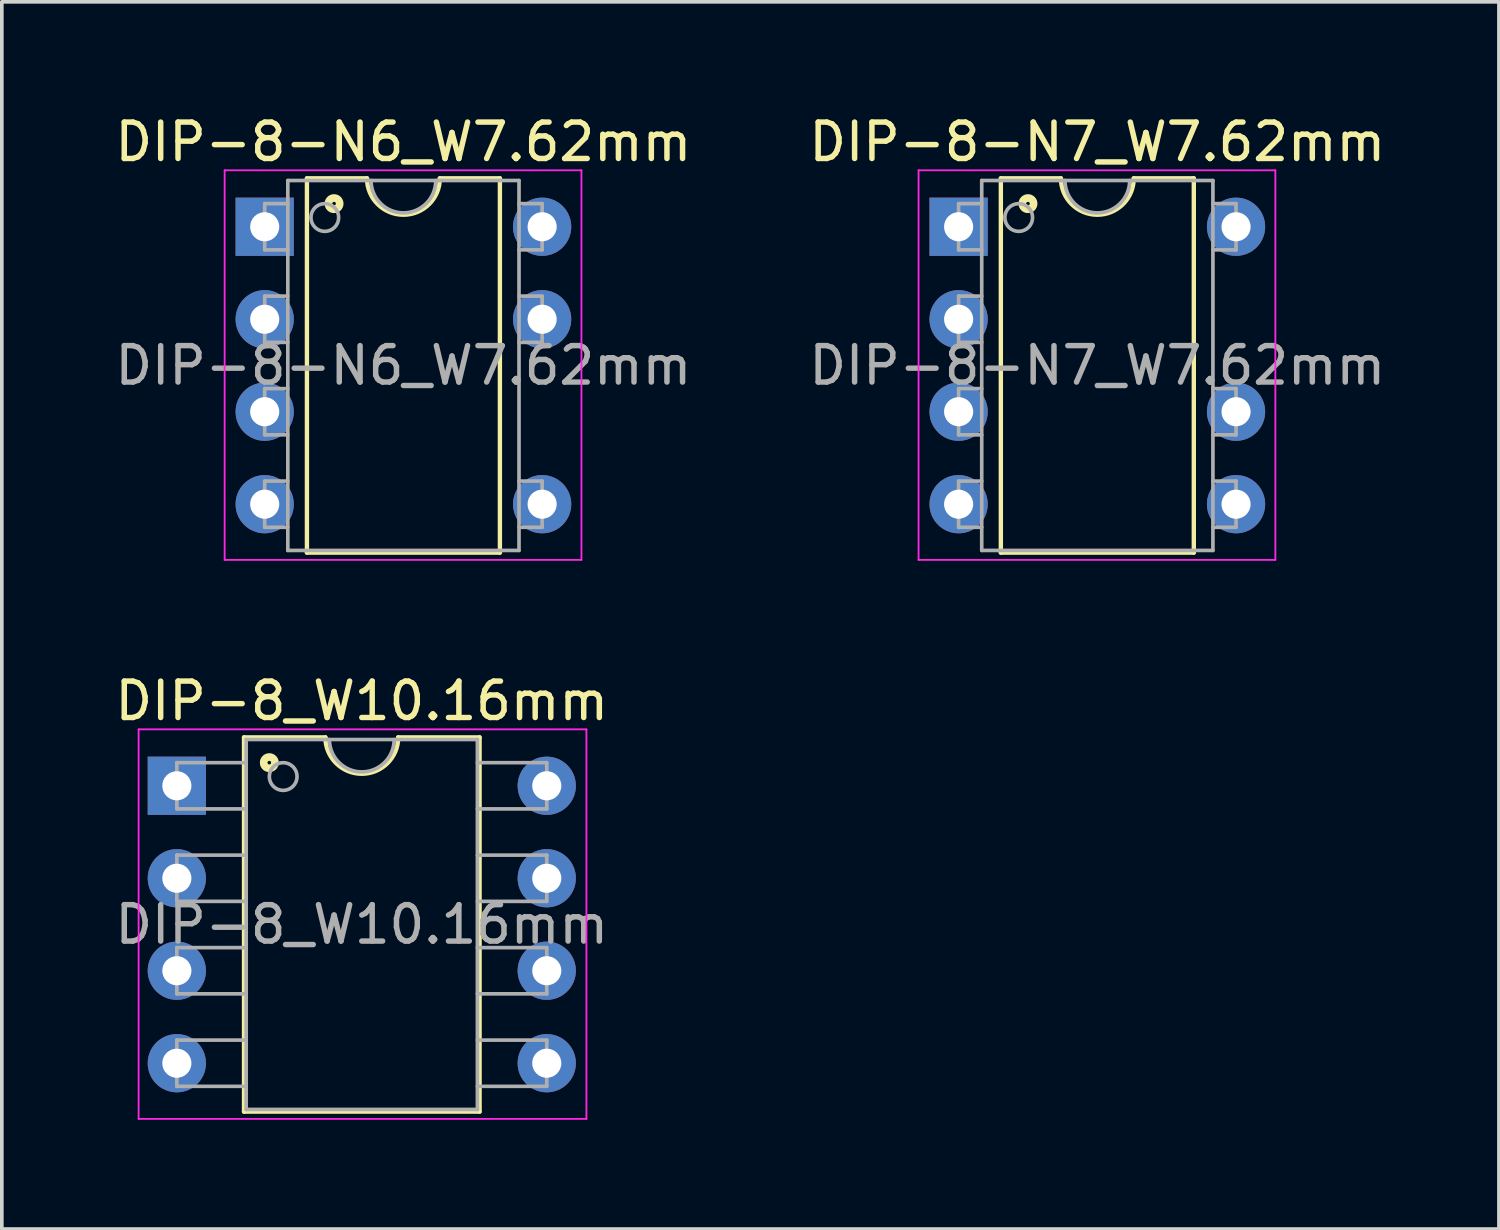
<source format=kicad_pcb>
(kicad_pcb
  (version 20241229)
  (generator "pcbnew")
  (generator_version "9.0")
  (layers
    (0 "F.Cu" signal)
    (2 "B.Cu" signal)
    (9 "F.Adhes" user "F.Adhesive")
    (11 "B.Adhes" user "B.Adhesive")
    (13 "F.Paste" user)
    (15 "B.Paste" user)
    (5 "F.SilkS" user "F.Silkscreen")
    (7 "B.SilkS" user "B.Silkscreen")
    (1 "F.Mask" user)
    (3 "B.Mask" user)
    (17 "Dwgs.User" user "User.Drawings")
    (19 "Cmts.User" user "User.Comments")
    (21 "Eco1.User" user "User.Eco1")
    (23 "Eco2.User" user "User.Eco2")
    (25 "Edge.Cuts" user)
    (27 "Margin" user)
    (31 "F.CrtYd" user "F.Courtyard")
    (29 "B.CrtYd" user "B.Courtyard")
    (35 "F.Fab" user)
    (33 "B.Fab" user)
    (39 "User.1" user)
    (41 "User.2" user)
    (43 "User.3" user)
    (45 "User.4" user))
  (footprint "DIP-8-N6_W7.62mm"
    (layer "F.Cu")
    (at 4.22 3.178)
    (property "Reference" "DIP-8-N6_W7.62mm" (at 3.81 -2.33 0) (layer "F.SilkS") (effects (font (size 1 1) (thickness 0.15))))
    (attr through_hole)
    (fp_line (start 1.16 -1.33) (end 1.16 8.95) (stroke (width 0.12) (type solid)) (layer "F.SilkS"))
    (fp_line (start 1.16 8.95) (end 6.46 8.95) (stroke (width 0.12) (type solid)) (layer "F.SilkS"))
    (fp_line (start 2.81 -1.33) (end 1.16 -1.33) (stroke (width 0.12) (type solid)) (layer "F.SilkS"))
    (fp_line (start 6.46 -1.33) (end 4.81 -1.33) (stroke (width 0.12) (type solid)) (layer "F.SilkS"))
    (fp_line (start 6.46 8.95) (end 6.46 -1.33) (stroke (width 0.12) (type solid)) (layer "F.SilkS"))
    (fp_arc (start 4.81 -1.33) (mid 3.81 -0.33) (end 2.81 -1.33) (stroke (width 0.12) (type solid)) (layer "F.SilkS"))
    (fp_circle (center 1.905 -0.635) (end 1.955 -0.635) (stroke (width 0.12) (type solid)) (fill no) (layer "F.SilkS"))
    (fp_circle (center 1.905 -0.635) (end 2.03 -0.635) (stroke (width 0.12) (type solid)) (fill no) (layer "F.SilkS"))
    (fp_circle (center 1.905 -0.635) (end 2.105 -0.635) (stroke (width 0.12) (type solid)) (fill no) (layer "F.SilkS"))
    (fp_line (start -1.1 -1.55) (end -1.1 9.15) (stroke (width 0.05) (type solid)) (layer "F.CrtYd"))
    (fp_line (start -1.1 9.15) (end 8.7 9.15) (stroke (width 0.05) (type solid)) (layer "F.CrtYd"))
    (fp_line (start 8.7 -1.55) (end -1.1 -1.55) (stroke (width 0.05) (type solid)) (layer "F.CrtYd"))
    (fp_line (start 8.7 9.15) (end 8.7 -1.55) (stroke (width 0.05) (type solid)) (layer "F.CrtYd"))
    (fp_line (start 0 -0.635) (end 0 0.635) (stroke (width 0.1) (type solid)) (layer "F.Fab"))
    (fp_line (start 0 -0.635) (end 0.635 -0.635) (stroke (width 0.1) (type solid)) (layer "F.Fab"))
    (fp_line (start 0 0.635) (end 0.635 0.635) (stroke (width 0.1) (type solid)) (layer "F.Fab"))
    (fp_line (start 0 1.905) (end 0 3.175) (stroke (width 0.1) (type solid)) (layer "F.Fab"))
    (fp_line (start 0 1.905) (end 0.635 1.905) (stroke (width 0.1) (type solid)) (layer "F.Fab"))
    (fp_line (start 0 3.175) (end 0.635 3.175) (stroke (width 0.1) (type solid)) (layer "F.Fab"))
    (fp_line (start 0 4.445) (end 0 5.715) (stroke (width 0.1) (type solid)) (layer "F.Fab"))
    (fp_line (start 0 4.445) (end 0.635 4.445) (stroke (width 0.1) (type solid)) (layer "F.Fab"))
    (fp_line (start 0 5.715) (end 0.635 5.715) (stroke (width 0.1) (type solid)) (layer "F.Fab"))
    (fp_line (start 0 6.985) (end 0 8.255) (stroke (width 0.1) (type solid)) (layer "F.Fab"))
    (fp_line (start 0 6.985) (end 0.635 6.985) (stroke (width 0.1) (type solid)) (layer "F.Fab"))
    (fp_line (start 0 8.255) (end 0.635 8.255) (stroke (width 0.1) (type solid)) (layer "F.Fab"))
    (fp_line (start 0.635 -1.27) (end 6.985 -1.27) (stroke (width 0.1) (type solid)) (layer "F.Fab"))
    (fp_line (start 0.635 8.89) (end 0.635 -1.27) (stroke (width 0.1) (type solid)) (layer "F.Fab"))
    (fp_line (start 6.985 -1.27) (end 6.985 8.89) (stroke (width 0.1) (type solid)) (layer "F.Fab"))
    (fp_line (start 6.985 8.89) (end 0.635 8.89) (stroke (width 0.1) (type solid)) (layer "F.Fab"))
    (fp_line (start 7.62 -0.635) (end 6.985 -0.635) (stroke (width 0.1) (type solid)) (layer "F.Fab"))
    (fp_line (start 7.62 0.635) (end 6.985 0.635) (stroke (width 0.1) (type solid)) (layer "F.Fab"))
    (fp_line (start 7.62 0.635) (end 7.62 -0.635) (stroke (width 0.1) (type solid)) (layer "F.Fab"))
    (fp_line (start 7.62 1.905) (end 6.985 1.905) (stroke (width 0.1) (type solid)) (layer "F.Fab"))
    (fp_line (start 7.62 3.175) (end 6.985 3.175) (stroke (width 0.1) (type solid)) (layer "F.Fab"))
    (fp_line (start 7.62 3.175) (end 7.62 1.905) (stroke (width 0.1) (type solid)) (layer "F.Fab"))
    (fp_line (start 7.62 6.985) (end 6.985 6.985) (stroke (width 0.1) (type solid)) (layer "F.Fab"))
    (fp_line (start 7.62 8.255) (end 6.985 8.255) (stroke (width 0.1) (type solid)) (layer "F.Fab"))
    (fp_line (start 7.62 8.255) (end 7.62 6.985) (stroke (width 0.1) (type solid)) (layer "F.Fab"))
    (fp_arc (start 4.699 -1.27) (mid 3.81 -0.381) (end 2.921 -1.27) (stroke (width 0.1) (type solid)) (layer "F.Fab"))
    (fp_circle (center 1.651 -0.254) (end 2.032 -0.254) (stroke (width 0.1) (type solid)) (fill no) (layer "F.Fab"))
    (fp_text user "${REFERENCE}" (at 3.81 3.81 0) (layer "F.Fab") (effects (font (size 1 1) (thickness 0.15))))
    (pad "1" thru_hole rect (at 0 0) (size 1.6 1.6) (drill 0.8) (layers "*.Cu" "*.Mask"))
    (pad "2" thru_hole oval (at 0 2.54) (size 1.6 1.6) (drill 0.8) (layers "*.Cu" "*.Mask"))
    (pad "3" thru_hole oval (at 0 5.08) (size 1.6 1.6) (drill 0.8) (layers "*.Cu" "*.Mask"))
    (pad "4" thru_hole oval (at 0 7.62) (size 1.6 1.6) (drill 0.8) (layers "*.Cu" "*.Mask"))
    (pad "5" thru_hole oval (at 7.62 7.62) (size 1.6 1.6) (drill 0.8) (layers "*.Cu" "*.Mask"))
    (pad "7" thru_hole oval (at 7.62 2.54) (size 1.6 1.6) (drill 0.8) (layers "*.Cu" "*.Mask"))
    (pad "8" thru_hole oval (at 7.62 0) (size 1.6 1.6) (drill 0.8) (layers "*.Cu" "*.Mask")))
  (footprint "DIP-8-N7_W7.62mm"
    (layer "F.Cu")
    (at 23.279 3.178)
    (property "Reference" "DIP-8-N7_W7.62mm" (at 3.81 -2.33 0) (layer "F.SilkS") (effects (font (size 1 1) (thickness 0.15))))
    (attr through_hole)
    (fp_line (start 1.16 -1.33) (end 1.16 8.95) (stroke (width 0.12) (type solid)) (layer "F.SilkS"))
    (fp_line (start 1.16 8.95) (end 6.46 8.95) (stroke (width 0.12) (type solid)) (layer "F.SilkS"))
    (fp_line (start 2.81 -1.33) (end 1.16 -1.33) (stroke (width 0.12) (type solid)) (layer "F.SilkS"))
    (fp_line (start 6.46 -1.33) (end 4.81 -1.33) (stroke (width 0.12) (type solid)) (layer "F.SilkS"))
    (fp_line (start 6.46 8.95) (end 6.46 -1.33) (stroke (width 0.12) (type solid)) (layer "F.SilkS"))
    (fp_arc (start 4.81 -1.33) (mid 3.81 -0.33) (end 2.81 -1.33) (stroke (width 0.12) (type solid)) (layer "F.SilkS"))
    (fp_circle (center 1.905 -0.635) (end 1.955 -0.635) (stroke (width 0.12) (type solid)) (fill no) (layer "F.SilkS"))
    (fp_circle (center 1.905 -0.635) (end 2.03 -0.635) (stroke (width 0.12) (type solid)) (fill no) (layer "F.SilkS"))
    (fp_circle (center 1.905 -0.635) (end 2.105 -0.635) (stroke (width 0.12) (type solid)) (fill no) (layer "F.SilkS"))
    (fp_line (start -1.1 -1.55) (end -1.1 9.15) (stroke (width 0.05) (type solid)) (layer "F.CrtYd"))
    (fp_line (start -1.1 9.15) (end 8.7 9.15) (stroke (width 0.05) (type solid)) (layer "F.CrtYd"))
    (fp_line (start 8.7 -1.55) (end -1.1 -1.55) (stroke (width 0.05) (type solid)) (layer "F.CrtYd"))
    (fp_line (start 8.7 9.15) (end 8.7 -1.55) (stroke (width 0.05) (type solid)) (layer "F.CrtYd"))
    (fp_line (start 0 -0.635) (end 0 0.635) (stroke (width 0.1) (type solid)) (layer "F.Fab"))
    (fp_line (start 0 -0.635) (end 0.635 -0.635) (stroke (width 0.1) (type solid)) (layer "F.Fab"))
    (fp_line (start 0 0.635) (end 0.635 0.635) (stroke (width 0.1) (type solid)) (layer "F.Fab"))
    (fp_line (start 0 1.905) (end 0 3.175) (stroke (width 0.1) (type solid)) (layer "F.Fab"))
    (fp_line (start 0 1.905) (end 0.635 1.905) (stroke (width 0.1) (type solid)) (layer "F.Fab"))
    (fp_line (start 0 3.175) (end 0.635 3.175) (stroke (width 0.1) (type solid)) (layer "F.Fab"))
    (fp_line (start 0 4.445) (end 0 5.715) (stroke (width 0.1) (type solid)) (layer "F.Fab"))
    (fp_line (start 0 4.445) (end 0.635 4.445) (stroke (width 0.1) (type solid)) (layer "F.Fab"))
    (fp_line (start 0 5.715) (end 0.635 5.715) (stroke (width 0.1) (type solid)) (layer "F.Fab"))
    (fp_line (start 0 6.985) (end 0 8.255) (stroke (width 0.1) (type solid)) (layer "F.Fab"))
    (fp_line (start 0 6.985) (end 0.635 6.985) (stroke (width 0.1) (type solid)) (layer "F.Fab"))
    (fp_line (start 0 8.255) (end 0.635 8.255) (stroke (width 0.1) (type solid)) (layer "F.Fab"))
    (fp_line (start 0.635 -1.27) (end 6.985 -1.27) (stroke (width 0.1) (type solid)) (layer "F.Fab"))
    (fp_line (start 0.635 8.89) (end 0.635 -1.27) (stroke (width 0.1) (type solid)) (layer "F.Fab"))
    (fp_line (start 6.985 -1.27) (end 6.985 8.89) (stroke (width 0.1) (type solid)) (layer "F.Fab"))
    (fp_line (start 6.985 8.89) (end 0.635 8.89) (stroke (width 0.1) (type solid)) (layer "F.Fab"))
    (fp_line (start 7.62 -0.635) (end 6.985 -0.635) (stroke (width 0.1) (type solid)) (layer "F.Fab"))
    (fp_line (start 7.62 0.635) (end 6.985 0.635) (stroke (width 0.1) (type solid)) (layer "F.Fab"))
    (fp_line (start 7.62 0.635) (end 7.62 -0.635) (stroke (width 0.1) (type solid)) (layer "F.Fab"))
    (fp_line (start 7.62 4.445) (end 6.985 4.445) (stroke (width 0.1) (type solid)) (layer "F.Fab"))
    (fp_line (start 7.62 5.715) (end 6.985 5.715) (stroke (width 0.1) (type solid)) (layer "F.Fab"))
    (fp_line (start 7.62 5.715) (end 7.62 4.445) (stroke (width 0.1) (type solid)) (layer "F.Fab"))
    (fp_line (start 7.62 6.985) (end 6.985 6.985) (stroke (width 0.1) (type solid)) (layer "F.Fab"))
    (fp_line (start 7.62 8.255) (end 6.985 8.255) (stroke (width 0.1) (type solid)) (layer "F.Fab"))
    (fp_line (start 7.62 8.255) (end 7.62 6.985) (stroke (width 0.1) (type solid)) (layer "F.Fab"))
    (fp_arc (start 4.699 -1.27) (mid 3.81 -0.381) (end 2.921 -1.27) (stroke (width 0.1) (type solid)) (layer "F.Fab"))
    (fp_circle (center 1.651 -0.254) (end 2.032 -0.254) (stroke (width 0.1) (type solid)) (fill no) (layer "F.Fab"))
    (fp_text user "${REFERENCE}" (at 3.81 3.81 0) (layer "F.Fab") (effects (font (size 1 1) (thickness 0.15))))
    (pad "1" thru_hole rect (at 0 0) (size 1.6 1.6) (drill 0.8) (layers "*.Cu" "*.Mask"))
    (pad "2" thru_hole oval (at 0 2.54) (size 1.6 1.6) (drill 0.8) (layers "*.Cu" "*.Mask"))
    (pad "3" thru_hole oval (at 0 5.08) (size 1.6 1.6) (drill 0.8) (layers "*.Cu" "*.Mask"))
    (pad "4" thru_hole oval (at 0 7.62) (size 1.6 1.6) (drill 0.8) (layers "*.Cu" "*.Mask"))
    (pad "5" thru_hole oval (at 7.62 7.62) (size 1.6 1.6) (drill 0.8) (layers "*.Cu" "*.Mask"))
    (pad "6" thru_hole oval (at 7.62 5.08) (size 1.6 1.6) (drill 0.8) (layers "*.Cu" "*.Mask"))
    (pad "8" thru_hole oval (at 7.62 0) (size 1.6 1.6) (drill 0.8) (layers "*.Cu" "*.Mask")))
  (footprint "DIP-8_W10.16mm"
    (layer "F.Cu")
    (at 1.807 18.532)
    (property "Reference" "DIP-8_W10.16mm" (at 5.08 -2.33 0) (layer "F.SilkS") (effects (font (size 1 1) (thickness 0.15))))
    (attr through_hole)
    (fp_line (start 1.845 -1.33) (end 1.845 8.95) (stroke (width 0.12) (type solid)) (layer "F.SilkS"))
    (fp_line (start 1.845 8.95) (end 8.315 8.95) (stroke (width 0.12) (type solid)) (layer "F.SilkS"))
    (fp_line (start 4.08 -1.33) (end 1.845 -1.33) (stroke (width 0.12) (type solid)) (layer "F.SilkS"))
    (fp_line (start 8.315 -1.33) (end 6.08 -1.33) (stroke (width 0.12) (type solid)) (layer "F.SilkS"))
    (fp_line (start 8.315 8.95) (end 8.315 -1.33) (stroke (width 0.12) (type solid)) (layer "F.SilkS"))
    (fp_arc (start 6.08 -1.33) (mid 5.08 -0.33) (end 4.08 -1.33) (stroke (width 0.12) (type solid)) (layer "F.SilkS"))
    (fp_circle (center 2.54 -0.635) (end 2.59 -0.635) (stroke (width 0.12) (type solid)) (fill no) (layer "F.SilkS"))
    (fp_circle (center 2.54 -0.635) (end 2.665 -0.635) (stroke (width 0.12) (type solid)) (fill no) (layer "F.SilkS"))
    (fp_circle (center 2.54 -0.635) (end 2.74 -0.635) (stroke (width 0.12) (type solid)) (fill no) (layer "F.SilkS"))
    (fp_line (start -1.05 -1.55) (end -1.05 9.15) (stroke (width 0.05) (type solid)) (layer "F.CrtYd"))
    (fp_line (start -1.05 9.15) (end 11.25 9.15) (stroke (width 0.05) (type solid)) (layer "F.CrtYd"))
    (fp_line (start 11.25 -1.55) (end -1.05 -1.55) (stroke (width 0.05) (type solid)) (layer "F.CrtYd"))
    (fp_line (start 11.25 9.15) (end 11.25 -1.55) (stroke (width 0.05) (type solid)) (layer "F.CrtYd"))
    (fp_line (start 0 -0.635) (end 0 0.635) (stroke (width 0.1) (type solid)) (layer "F.Fab"))
    (fp_line (start 0 -0.635) (end 1.905 -0.635) (stroke (width 0.1) (type solid)) (layer "F.Fab"))
    (fp_line (start 0 0.635) (end 1.905 0.635) (stroke (width 0.1) (type solid)) (layer "F.Fab"))
    (fp_line (start 0 1.905) (end 0 3.175) (stroke (width 0.1) (type solid)) (layer "F.Fab"))
    (fp_line (start 0 1.905) (end 1.905 1.905) (stroke (width 0.1) (type solid)) (layer "F.Fab"))
    (fp_line (start 0 3.175) (end 1.905 3.175) (stroke (width 0.1) (type solid)) (layer "F.Fab"))
    (fp_line (start 0 4.445) (end 0 5.715) (stroke (width 0.1) (type solid)) (layer "F.Fab"))
    (fp_line (start 0 4.445) (end 1.905 4.445) (stroke (width 0.1) (type solid)) (layer "F.Fab"))
    (fp_line (start 0 5.715) (end 1.905 5.715) (stroke (width 0.1) (type solid)) (layer "F.Fab"))
    (fp_line (start 0 6.985) (end 0 8.255) (stroke (width 0.1) (type solid)) (layer "F.Fab"))
    (fp_line (start 0 6.985) (end 1.905 6.985) (stroke (width 0.1) (type solid)) (layer "F.Fab"))
    (fp_line (start 0 8.255) (end 1.905 8.255) (stroke (width 0.1) (type solid)) (layer "F.Fab"))
    (fp_line (start 1.905 -1.27) (end 8.255 -1.27) (stroke (width 0.1) (type solid)) (layer "F.Fab"))
    (fp_line (start 1.905 8.89) (end 1.905 -1.27) (stroke (width 0.1) (type solid)) (layer "F.Fab"))
    (fp_line (start 8.255 -1.27) (end 8.255 8.89) (stroke (width 0.1) (type solid)) (layer "F.Fab"))
    (fp_line (start 8.255 8.89) (end 1.905 8.89) (stroke (width 0.1) (type solid)) (layer "F.Fab"))
    (fp_line (start 10.16 -0.635) (end 8.255 -0.635) (stroke (width 0.1) (type solid)) (layer "F.Fab"))
    (fp_line (start 10.16 0.635) (end 8.255 0.635) (stroke (width 0.1) (type solid)) (layer "F.Fab"))
    (fp_line (start 10.16 0.635) (end 10.16 -0.635) (stroke (width 0.1) (type solid)) (layer "F.Fab"))
    (fp_line (start 10.16 1.905) (end 8.255 1.905) (stroke (width 0.1) (type solid)) (layer "F.Fab"))
    (fp_line (start 10.16 3.175) (end 8.255 3.175) (stroke (width 0.1) (type solid)) (layer "F.Fab"))
    (fp_line (start 10.16 3.175) (end 10.16 1.905) (stroke (width 0.1) (type solid)) (layer "F.Fab"))
    (fp_line (start 10.16 4.445) (end 8.255 4.445) (stroke (width 0.1) (type solid)) (layer "F.Fab"))
    (fp_line (start 10.16 5.715) (end 8.255 5.715) (stroke (width 0.1) (type solid)) (layer "F.Fab"))
    (fp_line (start 10.16 5.715) (end 10.16 4.445) (stroke (width 0.1) (type solid)) (layer "F.Fab"))
    (fp_line (start 10.16 6.985) (end 8.255 6.985) (stroke (width 0.1) (type solid)) (layer "F.Fab"))
    (fp_line (start 10.16 8.255) (end 8.255 8.255) (stroke (width 0.1) (type solid)) (layer "F.Fab"))
    (fp_line (start 10.16 8.255) (end 10.16 6.985) (stroke (width 0.1) (type solid)) (layer "F.Fab"))
    (fp_arc (start 5.969 -1.27) (mid 5.08 -0.381) (end 4.191 -1.27) (stroke (width 0.1) (type solid)) (layer "F.Fab"))
    (fp_circle (center 2.921 -0.254) (end 3.302 -0.254) (stroke (width 0.1) (type solid)) (fill no) (layer "F.Fab"))
    (fp_text user "${REFERENCE}" (at 5.08 3.81 0) (layer "F.Fab") (effects (font (size 1 1) (thickness 0.15))))
    (pad "1" thru_hole rect (at 0 0) (size 1.6 1.6) (drill 0.8) (layers "*.Cu" "*.Mask"))
    (pad "2" thru_hole oval (at 0 2.54) (size 1.6 1.6) (drill 0.8) (layers "*.Cu" "*.Mask"))
    (pad "3" thru_hole oval (at 0 5.08) (size 1.6 1.6) (drill 0.8) (layers "*.Cu" "*.Mask"))
    (pad "4" thru_hole oval (at 0 7.62) (size 1.6 1.6) (drill 0.8) (layers "*.Cu" "*.Mask"))
    (pad "5" thru_hole oval (at 10.16 7.62) (size 1.6 1.6) (drill 0.8) (layers "*.Cu" "*.Mask"))
    (pad "6" thru_hole oval (at 10.16 5.08) (size 1.6 1.6) (drill 0.8) (layers "*.Cu" "*.Mask"))
    (pad "7" thru_hole oval (at 10.16 2.54) (size 1.6 1.6) (drill 0.8) (layers "*.Cu" "*.Mask"))
    (pad "8" thru_hole oval (at 10.16 0) (size 1.6 1.6) (drill 0.8) (layers "*.Cu" "*.Mask")))
  (gr_rect
    (start -3 -3)
    (end 38.119 30.706)
    (stroke (width 0.1) (type default))
    (fill no)
    (layer "Edge.Cuts")))
</source>
